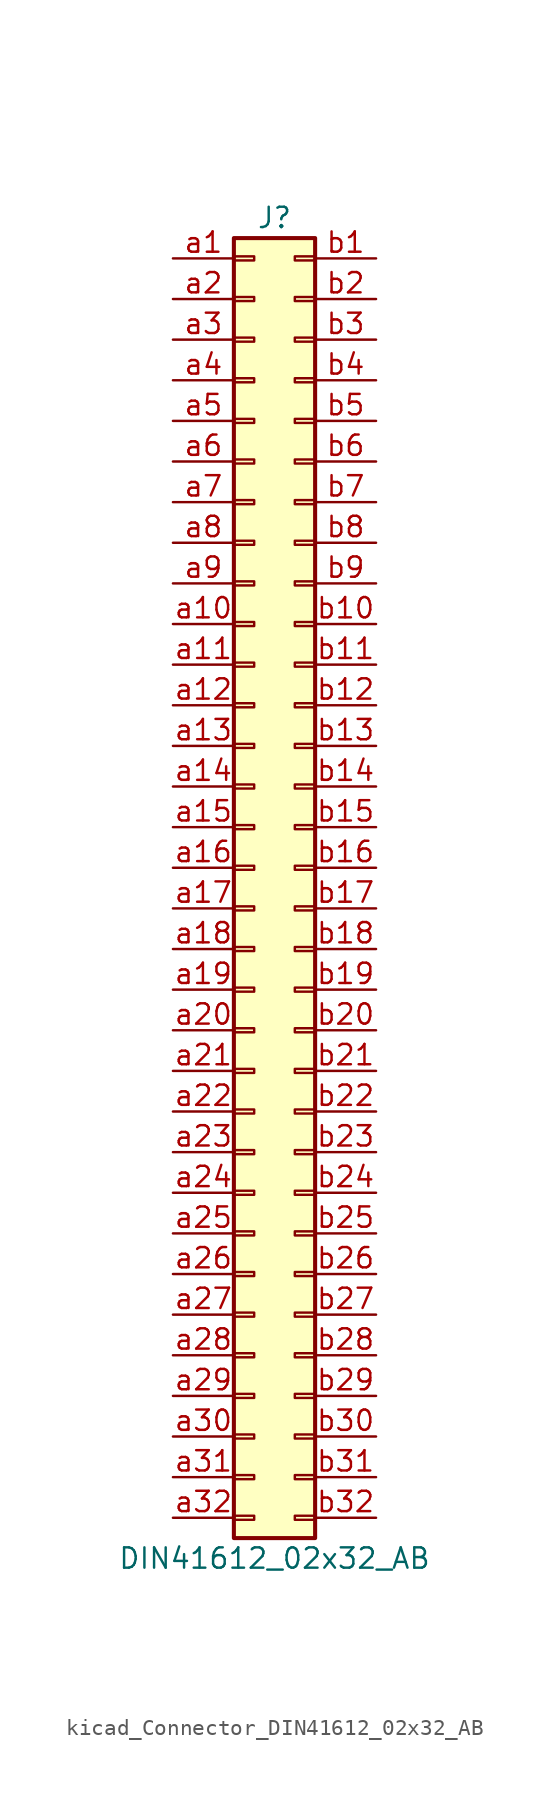
<source format=kicad_sym>
(kicad_symbol_lib
  (version 20220914)
  (generator kicad_symbol_editor)
  (symbol "kicad_Connector_DIN41612_02x32_AB"
    (pin_names
      (offset 1.016) hide)
    (property "Reference" "J"
      (at 1.27 40.64 0)
      (effects (font (size 1.27 1.27))))
    (property "Value" "DIN41612_02x32_AB"
      (at 1.27 -43.18 0)
      (effects (font (size 1.27 1.27))))
    (symbol "kicad_Connector_DIN41612_02x32_AB_1_1"
      (rectangle (start -1.27 -40.513) (end 0 -40.767) (stroke (width 0.152) (type default)) (fill (type none)))
      (rectangle (start -1.27 -37.973) (end 0 -38.227) (stroke (width 0.152) (type default)) (fill (type none)))
      (rectangle (start -1.27 -35.433) (end 0 -35.687) (stroke (width 0.152) (type default)) (fill (type none)))
      (rectangle (start -1.27 -32.893) (end 0 -33.147) (stroke (width 0.152) (type default)) (fill (type none)))
      (rectangle (start -1.27 -30.353) (end 0 -30.607) (stroke (width 0.152) (type default)) (fill (type none)))
      (rectangle (start -1.27 -27.813) (end 0 -28.067) (stroke (width 0.152) (type default)) (fill (type none)))
      (rectangle (start -1.27 -25.273) (end 0 -25.527) (stroke (width 0.152) (type default)) (fill (type none)))
      (rectangle (start -1.27 -22.733) (end 0 -22.987) (stroke (width 0.152) (type default)) (fill (type none)))
      (rectangle (start -1.27 -20.193) (end 0 -20.447) (stroke (width 0.152) (type default)) (fill (type none)))
      (rectangle (start -1.27 -17.653) (end 0 -17.907) (stroke (width 0.152) (type default)) (fill (type none)))
      (rectangle (start -1.27 -15.113) (end 0 -15.367) (stroke (width 0.152) (type default)) (fill (type none)))
      (rectangle (start -1.27 -12.573) (end 0 -12.827) (stroke (width 0.152) (type default)) (fill (type none)))
      (rectangle (start -1.27 -10.033) (end 0 -10.287) (stroke (width 0.152) (type default)) (fill (type none)))
      (rectangle (start -1.27 -7.493) (end 0 -7.747) (stroke (width 0.152) (type default)) (fill (type none)))
      (rectangle (start -1.27 -4.953) (end 0 -5.207) (stroke (width 0.152) (type default)) (fill (type none)))
      (rectangle (start -1.27 -2.413) (end 0 -2.667) (stroke (width 0.152) (type default)) (fill (type none)))
      (rectangle (start -1.27 0.127) (end 0 -0.127) (stroke (width 0.152) (type default)) (fill (type none)))
      (rectangle (start -1.27 2.667) (end 0 2.413) (stroke (width 0.152) (type default)) (fill (type none)))
      (rectangle (start -1.27 5.207) (end 0 4.953) (stroke (width 0.152) (type default)) (fill (type none)))
      (rectangle (start -1.27 7.747) (end 0 7.493) (stroke (width 0.152) (type default)) (fill (type none)))
      (rectangle (start -1.27 10.287) (end 0 10.033) (stroke (width 0.152) (type default)) (fill (type none)))
      (rectangle (start -1.27 12.827) (end 0 12.573) (stroke (width 0.152) (type default)) (fill (type none)))
      (rectangle (start -1.27 15.367) (end 0 15.113) (stroke (width 0.152) (type default)) (fill (type none)))
      (rectangle (start -1.27 17.907) (end 0 17.653) (stroke (width 0.152) (type default)) (fill (type none)))
      (rectangle (start -1.27 20.447) (end 0 20.193) (stroke (width 0.152) (type default)) (fill (type none)))
      (rectangle (start -1.27 22.987) (end 0 22.733) (stroke (width 0.152) (type default)) (fill (type none)))
      (rectangle (start -1.27 25.527) (end 0 25.273) (stroke (width 0.152) (type default)) (fill (type none)))
      (rectangle (start -1.27 28.067) (end 0 27.813) (stroke (width 0.152) (type default)) (fill (type none)))
      (rectangle (start -1.27 30.607) (end 0 30.353) (stroke (width 0.152) (type default)) (fill (type none)))
      (rectangle (start -1.27 33.147) (end 0 32.893) (stroke (width 0.152) (type default)) (fill (type none)))
      (rectangle (start -1.27 35.687) (end 0 35.433) (stroke (width 0.152) (type default)) (fill (type none)))
      (rectangle (start -1.27 38.227) (end 0 37.973) (stroke (width 0.152) (type default)) (fill (type none)))
      (rectangle (start -1.27 39.37) (end 3.81 -41.91) (stroke (width 0.254) (type default)) (fill (type background)))
      (rectangle (start 3.81 -40.513) (end 2.54 -40.767) (stroke (width 0.152) (type default)) (fill (type none)))
      (rectangle (start 3.81 -37.973) (end 2.54 -38.227) (stroke (width 0.152) (type default)) (fill (type none)))
      (rectangle (start 3.81 -35.433) (end 2.54 -35.687) (stroke (width 0.152) (type default)) (fill (type none)))
      (rectangle (start 3.81 -32.893) (end 2.54 -33.147) (stroke (width 0.152) (type default)) (fill (type none)))
      (rectangle (start 3.81 -30.353) (end 2.54 -30.607) (stroke (width 0.152) (type default)) (fill (type none)))
      (rectangle (start 3.81 -27.813) (end 2.54 -28.067) (stroke (width 0.152) (type default)) (fill (type none)))
      (rectangle (start 3.81 -25.273) (end 2.54 -25.527) (stroke (width 0.152) (type default)) (fill (type none)))
      (rectangle (start 3.81 -22.733) (end 2.54 -22.987) (stroke (width 0.152) (type default)) (fill (type none)))
      (rectangle (start 3.81 -20.193) (end 2.54 -20.447) (stroke (width 0.152) (type default)) (fill (type none)))
      (rectangle (start 3.81 -17.653) (end 2.54 -17.907) (stroke (width 0.152) (type default)) (fill (type none)))
      (rectangle (start 3.81 -15.113) (end 2.54 -15.367) (stroke (width 0.152) (type default)) (fill (type none)))
      (rectangle (start 3.81 -12.573) (end 2.54 -12.827) (stroke (width 0.152) (type default)) (fill (type none)))
      (rectangle (start 3.81 -10.033) (end 2.54 -10.287) (stroke (width 0.152) (type default)) (fill (type none)))
      (rectangle (start 3.81 -7.493) (end 2.54 -7.747) (stroke (width 0.152) (type default)) (fill (type none)))
      (rectangle (start 3.81 -4.953) (end 2.54 -5.207) (stroke (width 0.152) (type default)) (fill (type none)))
      (rectangle (start 3.81 -2.413) (end 2.54 -2.667) (stroke (width 0.152) (type default)) (fill (type none)))
      (rectangle (start 3.81 0.127) (end 2.54 -0.127) (stroke (width 0.152) (type default)) (fill (type none)))
      (rectangle (start 3.81 2.667) (end 2.54 2.413) (stroke (width 0.152) (type default)) (fill (type none)))
      (rectangle (start 3.81 5.207) (end 2.54 4.953) (stroke (width 0.152) (type default)) (fill (type none)))
      (rectangle (start 3.81 7.747) (end 2.54 7.493) (stroke (width 0.152) (type default)) (fill (type none)))
      (rectangle (start 3.81 10.287) (end 2.54 10.033) (stroke (width 0.152) (type default)) (fill (type none)))
      (rectangle (start 3.81 12.827) (end 2.54 12.573) (stroke (width 0.152) (type default)) (fill (type none)))
      (rectangle (start 3.81 15.367) (end 2.54 15.113) (stroke (width 0.152) (type default)) (fill (type none)))
      (rectangle (start 3.81 17.907) (end 2.54 17.653) (stroke (width 0.152) (type default)) (fill (type none)))
      (rectangle (start 3.81 20.447) (end 2.54 20.193) (stroke (width 0.152) (type default)) (fill (type none)))
      (rectangle (start 3.81 22.987) (end 2.54 22.733) (stroke (width 0.152) (type default)) (fill (type none)))
      (rectangle (start 3.81 25.527) (end 2.54 25.273) (stroke (width 0.152) (type default)) (fill (type none)))
      (rectangle (start 3.81 28.067) (end 2.54 27.813) (stroke (width 0.152) (type default)) (fill (type none)))
      (rectangle (start 3.81 30.607) (end 2.54 30.353) (stroke (width 0.152) (type default)) (fill (type none)))
      (rectangle (start 3.81 33.147) (end 2.54 32.893) (stroke (width 0.152) (type default)) (fill (type none)))
      (rectangle (start 3.81 35.687) (end 2.54 35.433) (stroke (width 0.152) (type default)) (fill (type none)))
      (rectangle (start 3.81 38.227) (end 2.54 37.973) (stroke (width 0.152) (type default)) (fill (type none)))
      (pin passive line (at -5.08 38.1 0) (length 3.81) (name "Pin_a1" (effects (font (size 1.27 1.27)))) (number "a1" (effects (font (size 1.27 1.27)))))
      (pin passive line (at -5.08 15.24 0) (length 3.81) (name "Pin_a10" (effects (font (size 1.27 1.27)))) (number "a10" (effects (font (size 1.27 1.27)))))
      (pin passive line (at -5.08 12.7 0) (length 3.81) (name "Pin_a11" (effects (font (size 1.27 1.27)))) (number "a11" (effects (font (size 1.27 1.27)))))
      (pin passive line (at -5.08 10.16 0) (length 3.81) (name "Pin_a12" (effects (font (size 1.27 1.27)))) (number "a12" (effects (font (size 1.27 1.27)))))
      (pin passive line (at -5.08 7.62 0) (length 3.81) (name "Pin_a13" (effects (font (size 1.27 1.27)))) (number "a13" (effects (font (size 1.27 1.27)))))
      (pin passive line (at -5.08 5.08 0) (length 3.81) (name "Pin_a14" (effects (font (size 1.27 1.27)))) (number "a14" (effects (font (size 1.27 1.27)))))
      (pin passive line (at -5.08 2.54 0) (length 3.81) (name "Pin_a15" (effects (font (size 1.27 1.27)))) (number "a15" (effects (font (size 1.27 1.27)))))
      (pin passive line (at -5.08 0 0) (length 3.81) (name "Pin_a16" (effects (font (size 1.27 1.27)))) (number "a16" (effects (font (size 1.27 1.27)))))
      (pin passive line (at -5.08 -2.54 0) (length 3.81) (name "Pin_a17" (effects (font (size 1.27 1.27)))) (number "a17" (effects (font (size 1.27 1.27)))))
      (pin passive line (at -5.08 -5.08 0) (length 3.81) (name "Pin_a18" (effects (font (size 1.27 1.27)))) (number "a18" (effects (font (size 1.27 1.27)))))
      (pin passive line (at -5.08 -7.62 0) (length 3.81) (name "Pin_a19" (effects (font (size 1.27 1.27)))) (number "a19" (effects (font (size 1.27 1.27)))))
      (pin passive line (at -5.08 35.56 0) (length 3.81) (name "Pin_a2" (effects (font (size 1.27 1.27)))) (number "a2" (effects (font (size 1.27 1.27)))))
      (pin passive line (at -5.08 -10.16 0) (length 3.81) (name "Pin_a20" (effects (font (size 1.27 1.27)))) (number "a20" (effects (font (size 1.27 1.27)))))
      (pin passive line (at -5.08 -12.7 0) (length 3.81) (name "Pin_a21" (effects (font (size 1.27 1.27)))) (number "a21" (effects (font (size 1.27 1.27)))))
      (pin passive line (at -5.08 -15.24 0) (length 3.81) (name "Pin_a22" (effects (font (size 1.27 1.27)))) (number "a22" (effects (font (size 1.27 1.27)))))
      (pin passive line (at -5.08 -17.78 0) (length 3.81) (name "Pin_a23" (effects (font (size 1.27 1.27)))) (number "a23" (effects (font (size 1.27 1.27)))))
      (pin passive line (at -5.08 -20.32 0) (length 3.81) (name "Pin_a24" (effects (font (size 1.27 1.27)))) (number "a24" (effects (font (size 1.27 1.27)))))
      (pin passive line (at -5.08 -22.86 0) (length 3.81) (name "Pin_a25" (effects (font (size 1.27 1.27)))) (number "a25" (effects (font (size 1.27 1.27)))))
      (pin passive line (at -5.08 -25.4 0) (length 3.81) (name "Pin_a26" (effects (font (size 1.27 1.27)))) (number "a26" (effects (font (size 1.27 1.27)))))
      (pin passive line (at -5.08 -27.94 0) (length 3.81) (name "Pin_a27" (effects (font (size 1.27 1.27)))) (number "a27" (effects (font (size 1.27 1.27)))))
      (pin passive line (at -5.08 -30.48 0) (length 3.81) (name "Pin_a28" (effects (font (size 1.27 1.27)))) (number "a28" (effects (font (size 1.27 1.27)))))
      (pin passive line (at -5.08 -33.02 0) (length 3.81) (name "Pin_a29" (effects (font (size 1.27 1.27)))) (number "a29" (effects (font (size 1.27 1.27)))))
      (pin passive line (at -5.08 33.02 0) (length 3.81) (name "Pin_a3" (effects (font (size 1.27 1.27)))) (number "a3" (effects (font (size 1.27 1.27)))))
      (pin passive line (at -5.08 -35.56 0) (length 3.81) (name "Pin_a30" (effects (font (size 1.27 1.27)))) (number "a30" (effects (font (size 1.27 1.27)))))
      (pin passive line (at -5.08 -38.1 0) (length 3.81) (name "Pin_a31" (effects (font (size 1.27 1.27)))) (number "a31" (effects (font (size 1.27 1.27)))))
      (pin passive line (at -5.08 -40.64 0) (length 3.81) (name "Pin_a32" (effects (font (size 1.27 1.27)))) (number "a32" (effects (font (size 1.27 1.27)))))
      (pin passive line (at -5.08 30.48 0) (length 3.81) (name "Pin_a4" (effects (font (size 1.27 1.27)))) (number "a4" (effects (font (size 1.27 1.27)))))
      (pin passive line (at -5.08 27.94 0) (length 3.81) (name "Pin_a5" (effects (font (size 1.27 1.27)))) (number "a5" (effects (font (size 1.27 1.27)))))
      (pin passive line (at -5.08 25.4 0) (length 3.81) (name "Pin_a6" (effects (font (size 1.27 1.27)))) (number "a6" (effects (font (size 1.27 1.27)))))
      (pin passive line (at -5.08 22.86 0) (length 3.81) (name "Pin_a7" (effects (font (size 1.27 1.27)))) (number "a7" (effects (font (size 1.27 1.27)))))
      (pin passive line (at -5.08 20.32 0) (length 3.81) (name "Pin_a8" (effects (font (size 1.27 1.27)))) (number "a8" (effects (font (size 1.27 1.27)))))
      (pin passive line (at -5.08 17.78 0) (length 3.81) (name "Pin_a9" (effects (font (size 1.27 1.27)))) (number "a9" (effects (font (size 1.27 1.27)))))
      (pin passive line (at 7.62 38.1 180) (length 3.81) (name "Pin_b1" (effects (font (size 1.27 1.27)))) (number "b1" (effects (font (size 1.27 1.27)))))
      (pin passive line (at 7.62 15.24 180) (length 3.81) (name "Pin_b10" (effects (font (size 1.27 1.27)))) (number "b10" (effects (font (size 1.27 1.27)))))
      (pin passive line (at 7.62 12.7 180) (length 3.81) (name "Pin_b11" (effects (font (size 1.27 1.27)))) (number "b11" (effects (font (size 1.27 1.27)))))
      (pin passive line (at 7.62 10.16 180) (length 3.81) (name "Pin_b12" (effects (font (size 1.27 1.27)))) (number "b12" (effects (font (size 1.27 1.27)))))
      (pin passive line (at 7.62 7.62 180) (length 3.81) (name "Pin_b13" (effects (font (size 1.27 1.27)))) (number "b13" (effects (font (size 1.27 1.27)))))
      (pin passive line (at 7.62 5.08 180) (length 3.81) (name "Pin_b14" (effects (font (size 1.27 1.27)))) (number "b14" (effects (font (size 1.27 1.27)))))
      (pin passive line (at 7.62 2.54 180) (length 3.81) (name "Pin_b15" (effects (font (size 1.27 1.27)))) (number "b15" (effects (font (size 1.27 1.27)))))
      (pin passive line (at 7.62 0 180) (length 3.81) (name "Pin_b16" (effects (font (size 1.27 1.27)))) (number "b16" (effects (font (size 1.27 1.27)))))
      (pin passive line (at 7.62 -2.54 180) (length 3.81) (name "Pin_b17" (effects (font (size 1.27 1.27)))) (number "b17" (effects (font (size 1.27 1.27)))))
      (pin passive line (at 7.62 -5.08 180) (length 3.81) (name "Pin_b18" (effects (font (size 1.27 1.27)))) (number "b18" (effects (font (size 1.27 1.27)))))
      (pin passive line (at 7.62 -7.62 180) (length 3.81) (name "Pin_b19" (effects (font (size 1.27 1.27)))) (number "b19" (effects (font (size 1.27 1.27)))))
      (pin passive line (at 7.62 35.56 180) (length 3.81) (name "Pin_b2" (effects (font (size 1.27 1.27)))) (number "b2" (effects (font (size 1.27 1.27)))))
      (pin passive line (at 7.62 -10.16 180) (length 3.81) (name "Pin_b20" (effects (font (size 1.27 1.27)))) (number "b20" (effects (font (size 1.27 1.27)))))
      (pin passive line (at 7.62 -12.7 180) (length 3.81) (name "Pin_b21" (effects (font (size 1.27 1.27)))) (number "b21" (effects (font (size 1.27 1.27)))))
      (pin passive line (at 7.62 -15.24 180) (length 3.81) (name "Pin_b22" (effects (font (size 1.27 1.27)))) (number "b22" (effects (font (size 1.27 1.27)))))
      (pin passive line (at 7.62 -17.78 180) (length 3.81) (name "Pin_b23" (effects (font (size 1.27 1.27)))) (number "b23" (effects (font (size 1.27 1.27)))))
      (pin passive line (at 7.62 -20.32 180) (length 3.81) (name "Pin_b24" (effects (font (size 1.27 1.27)))) (number "b24" (effects (font (size 1.27 1.27)))))
      (pin passive line (at 7.62 -22.86 180) (length 3.81) (name "Pin_b25" (effects (font (size 1.27 1.27)))) (number "b25" (effects (font (size 1.27 1.27)))))
      (pin passive line (at 7.62 -25.4 180) (length 3.81) (name "Pin_b26" (effects (font (size 1.27 1.27)))) (number "b26" (effects (font (size 1.27 1.27)))))
      (pin passive line (at 7.62 -27.94 180) (length 3.81) (name "Pin_b27" (effects (font (size 1.27 1.27)))) (number "b27" (effects (font (size 1.27 1.27)))))
      (pin passive line (at 7.62 -30.48 180) (length 3.81) (name "Pin_b28" (effects (font (size 1.27 1.27)))) (number "b28" (effects (font (size 1.27 1.27)))))
      (pin passive line (at 7.62 -33.02 180) (length 3.81) (name "Pin_b29" (effects (font (size 1.27 1.27)))) (number "b29" (effects (font (size 1.27 1.27)))))
      (pin passive line (at 7.62 33.02 180) (length 3.81) (name "Pin_b3" (effects (font (size 1.27 1.27)))) (number "b3" (effects (font (size 1.27 1.27)))))
      (pin passive line (at 7.62 -35.56 180) (length 3.81) (name "Pin_b30" (effects (font (size 1.27 1.27)))) (number "b30" (effects (font (size 1.27 1.27)))))
      (pin passive line (at 7.62 -38.1 180) (length 3.81) (name "Pin_b31" (effects (font (size 1.27 1.27)))) (number "b31" (effects (font (size 1.27 1.27)))))
      (pin passive line (at 7.62 -40.64 180) (length 3.81) (name "Pin_b32" (effects (font (size 1.27 1.27)))) (number "b32" (effects (font (size 1.27 1.27)))))
      (pin passive line (at 7.62 30.48 180) (length 3.81) (name "Pin_b4" (effects (font (size 1.27 1.27)))) (number "b4" (effects (font (size 1.27 1.27)))))
      (pin passive line (at 7.62 27.94 180) (length 3.81) (name "Pin_b5" (effects (font (size 1.27 1.27)))) (number "b5" (effects (font (size 1.27 1.27)))))
      (pin passive line (at 7.62 25.4 180) (length 3.81) (name "Pin_b6" (effects (font (size 1.27 1.27)))) (number "b6" (effects (font (size 1.27 1.27)))))
      (pin passive line (at 7.62 22.86 180) (length 3.81) (name "Pin_b7" (effects (font (size 1.27 1.27)))) (number "b7" (effects (font (size 1.27 1.27)))))
      (pin passive line (at 7.62 20.32 180) (length 3.81) (name "Pin_b8" (effects (font (size 1.27 1.27)))) (number "b8" (effects (font (size 1.27 1.27)))))
      (pin passive line (at 7.62 17.78 180) (length 3.81) (name "Pin_b9" (effects (font (size 1.27 1.27)))) (number "b9" (effects (font (size 1.27 1.27))))))))
</source>
